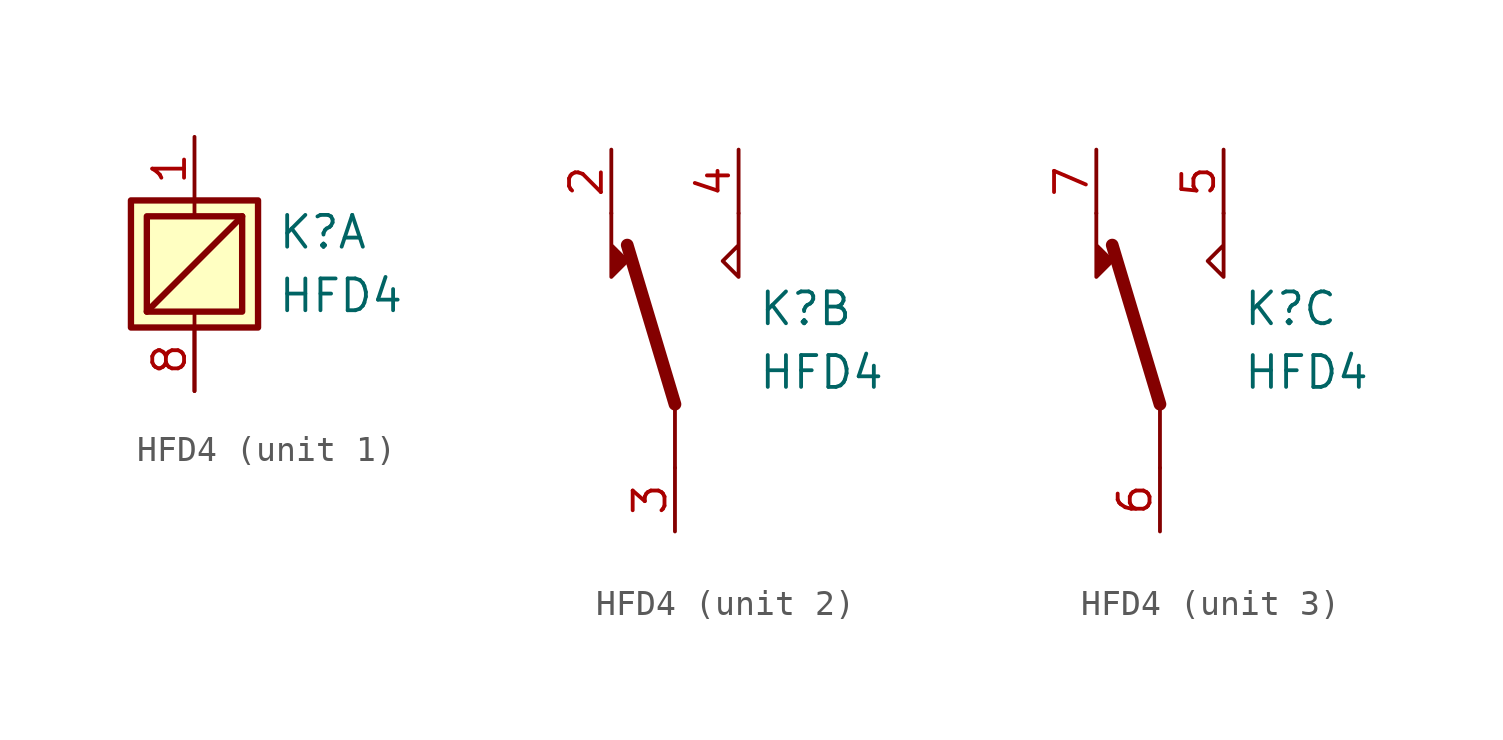
<source format=kicad_sym>
(kicad_symbol_lib
  (version 20241209)
  (generator "kicad_symbol_editor")
  (generator_version "9.0")
  (symbol "HFD4"
    (property "Reference" "K"
      (at 3.302 1.27 0)
      (effects (font (size 1.27 1.27)) (justify left)))
    (property "Value" "HFD4"
      (at 3.302 -1.27 0)
      (effects (font (size 1.27 1.27)) (justify left)))
    (property "ki_locked" ""
      (at 0 0 0)
      (effects (font (size 1.27 1.27))))
    (symbol "HFD4_1_1"
      (rectangle (start -2.54 2.54) (end 2.54 -2.54) (stroke (width 0.254) (type default)) (fill (type background)))
      (rectangle (start -1.905 1.905) (end 1.905 -1.905) (stroke (width 0.254) (type default)) (fill (type none)))
      (polyline (pts (xy -1.905 -1.905) (xy 1.905 1.905)) (stroke (width 0.254) (type default)) (fill (type none)))
      (polyline (pts (xy 0 2.54) (xy 0 1.905)) (stroke (width 0) (type default)) (fill (type none)))
      (polyline (pts (xy 0 -5.08) (xy 0 -1.905)) (stroke (width 0) (type default)) (fill (type none)))
      (pin passive line (at 0 5.08 270) (length 2.54) (name "~" (effects (font (size 1.27 1.27)))) (number "1" (effects (font (size 1.27 1.27)))))
      (pin passive line (at 0 -5.08 90) (length 2.54) (name "~" (effects (font (size 1.27 1.27)))) (number "8" (effects (font (size 1.27 1.27))))))
    (symbol "HFD4_2_1"
      (polyline (pts (xy -2.54 5.08) (xy -2.54 2.54) (xy -1.905 3.175) (xy -2.54 3.81)) (stroke (width 0) (type default)) (fill (type outline)))
      (polyline (pts (xy 0 -2.54) (xy -1.905 3.81)) (stroke (width 0.508) (type default)) (fill (type none)))
      (polyline (pts (xy 0 -2.54) (xy 0 -5.08)) (stroke (width 0) (type default)) (fill (type none)))
      (polyline (pts (xy 2.54 5.08) (xy 2.54 2.54) (xy 1.905 3.175) (xy 2.54 3.81)) (stroke (width 0) (type default)) (fill (type none)))
      (pin passive line (at -2.54 7.62 270) (length 2.54) (name "~" (effects (font (size 1.27 1.27)))) (number "2" (effects (font (size 1.27 1.27)))))
      (pin passive line (at 0 -7.62 90) (length 2.54) (name "~" (effects (font (size 1.27 1.27)))) (number "3" (effects (font (size 1.27 1.27)))))
      (pin passive line (at 2.54 7.62 270) (length 2.54) (name "~" (effects (font (size 1.27 1.27)))) (number "4" (effects (font (size 1.27 1.27))))))
    (symbol "HFD4_3_1"
      (polyline (pts (xy -2.54 5.08) (xy -2.54 2.54) (xy -1.905 3.175) (xy -2.54 3.81)) (stroke (width 0) (type default)) (fill (type outline)))
      (polyline (pts (xy 0 -2.54) (xy -1.905 3.81)) (stroke (width 0.508) (type default)) (fill (type none)))
      (polyline (pts (xy 0 -2.54) (xy 0 -5.08)) (stroke (width 0) (type default)) (fill (type none)))
      (polyline (pts (xy 2.54 5.08) (xy 2.54 2.54) (xy 1.905 3.175) (xy 2.54 3.81)) (stroke (width 0) (type default)) (fill (type none)))
      (pin passive line (at -2.54 7.62 270) (length 2.54) (name "~" (effects (font (size 1.27 1.27)))) (number "7" (effects (font (size 1.27 1.27)))))
      (pin passive line (at 0 -7.62 90) (length 2.54) (name "~" (effects (font (size 1.27 1.27)))) (number "6" (effects (font (size 1.27 1.27)))))
      (pin passive line (at 2.54 7.62 270) (length 2.54) (name "~" (effects (font (size 1.27 1.27)))) (number "5" (effects (font (size 1.27 1.27))))))))
</source>
